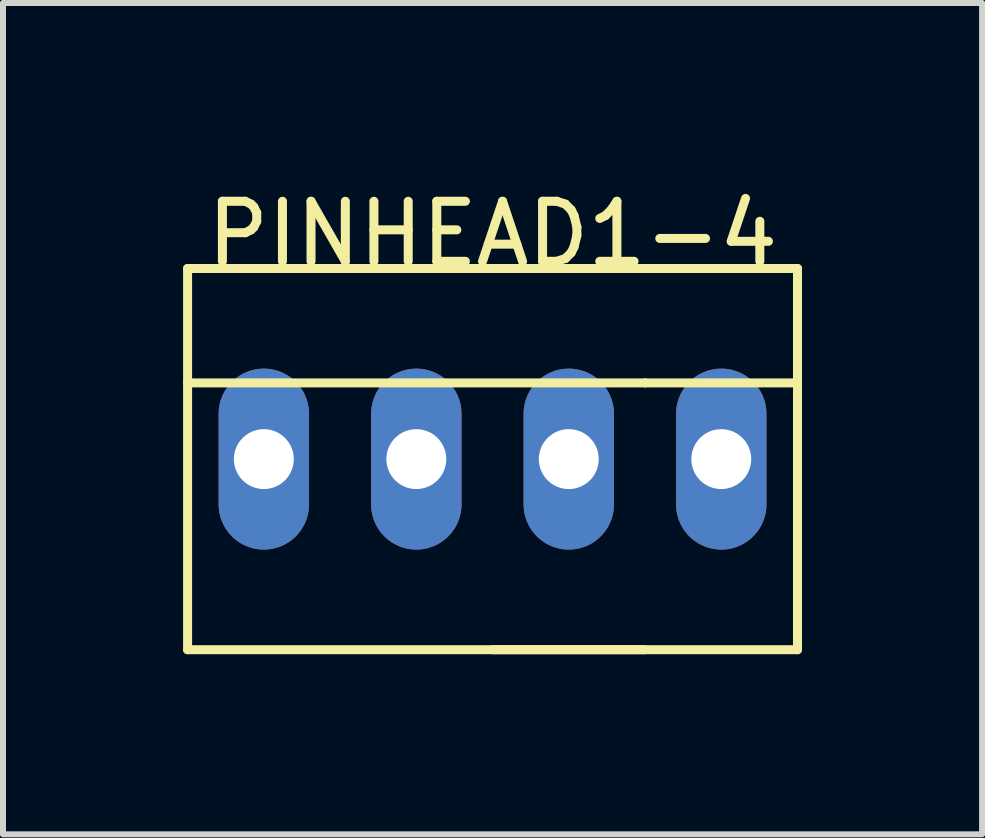
<source format=kicad_pcb>
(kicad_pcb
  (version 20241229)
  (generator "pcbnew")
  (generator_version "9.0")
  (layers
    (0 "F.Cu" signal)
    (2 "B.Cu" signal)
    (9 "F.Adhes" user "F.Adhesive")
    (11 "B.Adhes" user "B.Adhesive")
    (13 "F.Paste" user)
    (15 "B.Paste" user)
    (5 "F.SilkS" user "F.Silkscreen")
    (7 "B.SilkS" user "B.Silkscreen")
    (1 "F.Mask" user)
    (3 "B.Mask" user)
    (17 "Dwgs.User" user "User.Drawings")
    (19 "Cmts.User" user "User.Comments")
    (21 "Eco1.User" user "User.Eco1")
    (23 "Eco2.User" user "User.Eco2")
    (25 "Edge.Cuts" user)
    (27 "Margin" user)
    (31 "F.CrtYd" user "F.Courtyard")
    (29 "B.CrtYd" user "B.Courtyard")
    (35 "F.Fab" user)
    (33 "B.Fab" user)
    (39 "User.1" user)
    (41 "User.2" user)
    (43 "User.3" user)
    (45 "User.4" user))
  (footprint "PINHEAD1-4"
    (layer "F.Cu")
    (at 5.155 4.598)
    (property "Reference" "PINHEAD1-4" (at 0 -3.75 0) (layer "F.SilkS") (effects (font (size 1 1) (thickness 0.15))))
    (attr exclude_from_pos_files exclude_from_bom)
    (fp_line (start -5.08 -3.175) (end -5.08 3.175) (stroke (width 0.15) (type solid)) (layer "F.SilkS"))
    (fp_line (start -5.08 -3.175) (end 5.08 -3.175) (stroke (width 0.15) (type solid)) (layer "F.SilkS"))
    (fp_line (start -5.08 3.175) (end 5.08 3.175) (stroke (width 0.15) (type solid)) (layer "F.SilkS"))
    (fp_line (start 0 -3.175) (end 2.54 -3.175) (stroke (width 0.15) (type solid)) (layer "F.SilkS"))
    (fp_line (start 0 3.175) (end 2.54 3.175) (stroke (width 0.15) (type solid)) (layer "F.SilkS"))
    (fp_line (start 2.54 -1.27) (end -5.08 -1.27) (stroke (width 0.15) (type solid)) (layer "F.SilkS"))
    (fp_line (start 2.54 -1.27) (end 5.08 -1.27) (stroke (width 0.15) (type solid)) (layer "F.SilkS"))
    (fp_line (start 5.08 -3.175) (end 5.08 3.175) (stroke (width 0.15) (type solid)) (layer "F.SilkS"))
    (pad "1" thru_hole oval (at -3.81 0) (size 1.506 3.015) (drill 0.998) (layers "*.Cu" "*.Mask"))
    (pad "2" thru_hole oval (at -1.27 0) (size 1.506 3.015) (drill 0.998) (layers "*.Cu" "*.Mask"))
    (pad "3" thru_hole oval (at 1.27 0) (size 1.506 3.015) (drill 0.998) (layers "*.Cu" "*.Mask"))
    (pad "4" thru_hole oval (at 3.81 0) (size 1.506 3.015) (drill 0.998) (layers "*.Cu" "*.Mask")))
  (gr_rect
    (start -3 -3)
    (end 13.31 10.848)
    (stroke (width 0.1) (type default))
    (fill no)
    (layer "Edge.Cuts")))
</source>
